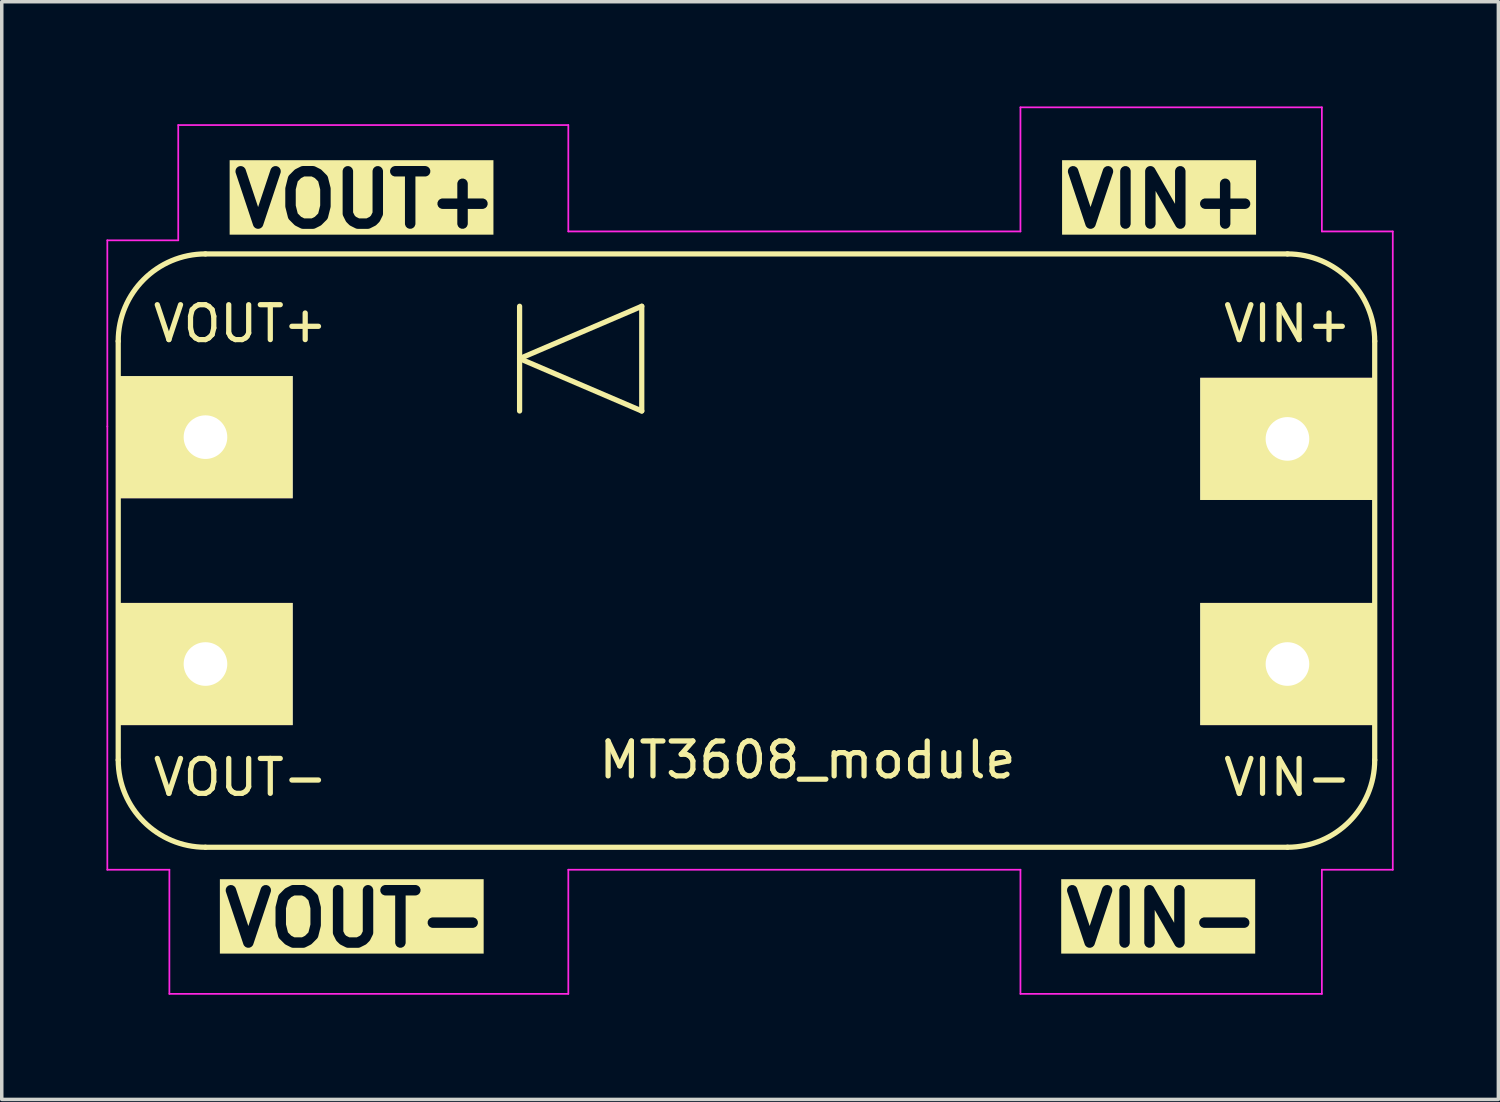
<source format=kicad_pcb>
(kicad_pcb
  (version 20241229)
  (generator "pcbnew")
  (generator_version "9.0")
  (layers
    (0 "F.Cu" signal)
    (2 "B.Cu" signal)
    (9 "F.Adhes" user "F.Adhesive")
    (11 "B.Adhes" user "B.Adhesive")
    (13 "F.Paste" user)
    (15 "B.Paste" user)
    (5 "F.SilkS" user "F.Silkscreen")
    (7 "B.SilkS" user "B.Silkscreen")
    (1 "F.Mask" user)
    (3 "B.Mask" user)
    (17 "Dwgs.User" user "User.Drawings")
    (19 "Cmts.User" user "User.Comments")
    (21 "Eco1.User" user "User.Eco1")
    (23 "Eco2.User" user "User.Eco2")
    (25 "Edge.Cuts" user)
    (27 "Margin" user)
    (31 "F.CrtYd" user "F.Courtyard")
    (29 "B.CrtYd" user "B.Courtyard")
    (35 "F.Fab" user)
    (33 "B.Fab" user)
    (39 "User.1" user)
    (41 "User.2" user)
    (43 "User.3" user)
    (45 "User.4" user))
  (footprint "MT3608_module"
    (layer "F.Cu")
    (at 19.837 12.725)
    (property "Reference" "MT3608_module" (at 0.25 6 180) (layer "F.SilkS") (effects (font (size 1 1) (thickness 0.15))))
    (attr through_hole)
    (fp_line (start -19.5 -6) (end -19.5 6) (stroke (width 0.15) (type solid)) (layer "F.SilkS"))
    (fp_line (start -17 8.5) (end 14 8.5) (stroke (width 0.15) (type solid)) (layer "F.SilkS"))
    (fp_line (start -8 -7) (end -8 -4) (stroke (width 0.15) (type solid)) (layer "F.SilkS"))
    (fp_line (start -8 -5.5) (end -4.5 -7) (stroke (width 0.15) (type solid)) (layer "F.SilkS"))
    (fp_line (start -4.5 -7) (end -4.5 -4) (stroke (width 0.15) (type solid)) (layer "F.SilkS"))
    (fp_line (start -4.5 -4) (end -8 -5.5) (stroke (width 0.15) (type solid)) (layer "F.SilkS"))
    (fp_line (start 14 -8.5) (end -17 -8.5) (stroke (width 0.15) (type solid)) (layer "F.SilkS"))
    (fp_line (start 16.5 6) (end 16.5 -6) (stroke (width 0.15) (type solid)) (layer "F.SilkS"))
    (fp_arc (start -19.5 -6) (mid -18.767767 -7.767767) (end -17 -8.5) (stroke (width 0.15) (type solid)) (layer "F.SilkS"))
    (fp_arc (start -17 8.5) (mid -18.767767 7.767767) (end -19.5 6) (stroke (width 0.15) (type solid)) (layer "F.SilkS"))
    (fp_arc (start 14 -8.5) (mid 15.767767 -7.767767) (end 16.5 -6) (stroke (width 0.15) (type solid)) (layer "F.SilkS"))
    (fp_arc (start 16.5 6) (mid 15.767767 7.767767) (end 14 8.5) (stroke (width 0.15) (type solid)) (layer "F.SilkS"))
    (fp_line (start -19.812 -8.89) (end -17.78 -8.89) (stroke (width 0.05) (type default)) (layer "F.CrtYd"))
    (fp_line (start -19.812 -3.556) (end -19.812 -8.89) (stroke (width 0.05) (type default)) (layer "F.CrtYd"))
    (fp_line (start -19.812 9.144) (end -19.812 -3.556) (stroke (width 0.05) (type default)) (layer "F.CrtYd"))
    (fp_line (start -18.034 9.144) (end -19.812 9.144) (stroke (width 0.05) (type default)) (layer "F.CrtYd"))
    (fp_line (start -18.034 12.7) (end -18.034 9.144) (stroke (width 0.05) (type default)) (layer "F.CrtYd"))
    (fp_line (start -17.78 -12.192) (end -6.604 -12.192) (stroke (width 0.05) (type default)) (layer "F.CrtYd"))
    (fp_line (start -17.78 -8.89) (end -17.78 -12.192) (stroke (width 0.05) (type default)) (layer "F.CrtYd"))
    (fp_line (start -6.604 -12.192) (end -6.604 -9.144) (stroke (width 0.05) (type default)) (layer "F.CrtYd"))
    (fp_line (start -6.604 -9.144) (end 6.35 -9.144) (stroke (width 0.05) (type default)) (layer "F.CrtYd"))
    (fp_line (start -6.604 9.144) (end -6.604 12.7) (stroke (width 0.05) (type default)) (layer "F.CrtYd"))
    (fp_line (start -6.604 12.7) (end -18.034 12.7) (stroke (width 0.05) (type default)) (layer "F.CrtYd"))
    (fp_line (start 6.35 -12.7) (end 14.986 -12.7) (stroke (width 0.05) (type default)) (layer "F.CrtYd"))
    (fp_line (start 6.35 -9.144) (end 6.35 -12.7) (stroke (width 0.05) (type default)) (layer "F.CrtYd"))
    (fp_line (start 6.35 9.144) (end -6.604 9.144) (stroke (width 0.05) (type default)) (layer "F.CrtYd"))
    (fp_line (start 6.35 12.7) (end 6.35 9.144) (stroke (width 0.05) (type default)) (layer "F.CrtYd"))
    (fp_line (start 14.986 -12.7) (end 14.986 -9.144) (stroke (width 0.05) (type default)) (layer "F.CrtYd"))
    (fp_line (start 14.986 -9.144) (end 17.018 -9.144) (stroke (width 0.05) (type default)) (layer "F.CrtYd"))
    (fp_line (start 14.986 9.144) (end 14.986 12.7) (stroke (width 0.05) (type default)) (layer "F.CrtYd"))
    (fp_line (start 14.986 12.7) (end 6.35 12.7) (stroke (width 0.05) (type default)) (layer "F.CrtYd"))
    (fp_line (start 17.018 -9.144) (end 17.018 9.144) (stroke (width 0.05) (type default)) (layer "F.CrtYd"))
    (fp_line (start 17.018 9.144) (end 14.986 9.144) (stroke (width 0.05) (type default)) (layer "F.CrtYd"))
    (fp_text user "VIN+" (at 7.518 -9.169 0) (unlocked yes) (layer "F.SilkS" knockout) (effects (font (size 1.5 1.5) (thickness 0.3) (bold yes)) (justify left bottom)))
    (fp_text user "VIN-" (at 7.493 11.43 0) (unlocked yes) (layer "F.SilkS" knockout) (effects (font (size 1.5 1.5) (thickness 0.3) (bold yes)) (justify left bottom)))
    (fp_text user "VOUT-" (at -16.612 11.43 0) (unlocked yes) (layer "F.SilkS" knockout) (effects (font (size 1.5 1.5) (thickness 0.3) (bold yes)) (justify left bottom)))
    (fp_text user "VIN-" (at 14 6.5 0) (layer "F.SilkS") (effects (font (size 1 1) (thickness 0.15))))
    (fp_text user "VOUT+" (at -16.332 -9.169 0) (unlocked yes) (layer "F.SilkS" knockout) (effects (font (size 1.5 1.5) (thickness 0.3) (bold yes)) (justify left bottom)))
    (fp_text user "VOUT-" (at -16 6.5 0) (layer "F.SilkS") (effects (font (size 1 1) (thickness 0.15))))
    (fp_text user "VOUT+" (at -16 -6.5 0) (layer "F.SilkS") (effects (font (size 1 1) (thickness 0.15))))
    (fp_text user "VIN+" (at 14 -6.5 0) (layer "F.SilkS") (effects (font (size 1 1) (thickness 0.15))))
    (pad "1" thru_hole rect (at 14 -3.2 180) (size 5 3.5) (drill 1.25) (layers "*.Cu" "*.Mask" "F.SilkS"))
    (pad "2" thru_hole rect (at 14 3.25 180) (size 5 3.5) (drill 1.25) (layers "*.Cu" "*.Mask" "F.SilkS"))
    (pad "3" thru_hole rect (at -17 3.25 180) (size 5 3.5) (drill 1.25) (layers "*.Cu" "*.Mask" "F.SilkS"))
    (pad "4" thru_hole rect (at -17 -3.25 180) (size 5 3.5) (drill 1.25) (layers "*.Cu" "*.Mask" "F.SilkS")))
  (gr_rect
    (start -3 -3)
    (end 39.88 28.45)
    (stroke (width 0.1) (type default))
    (fill no)
    (layer "Edge.Cuts")))
</source>
